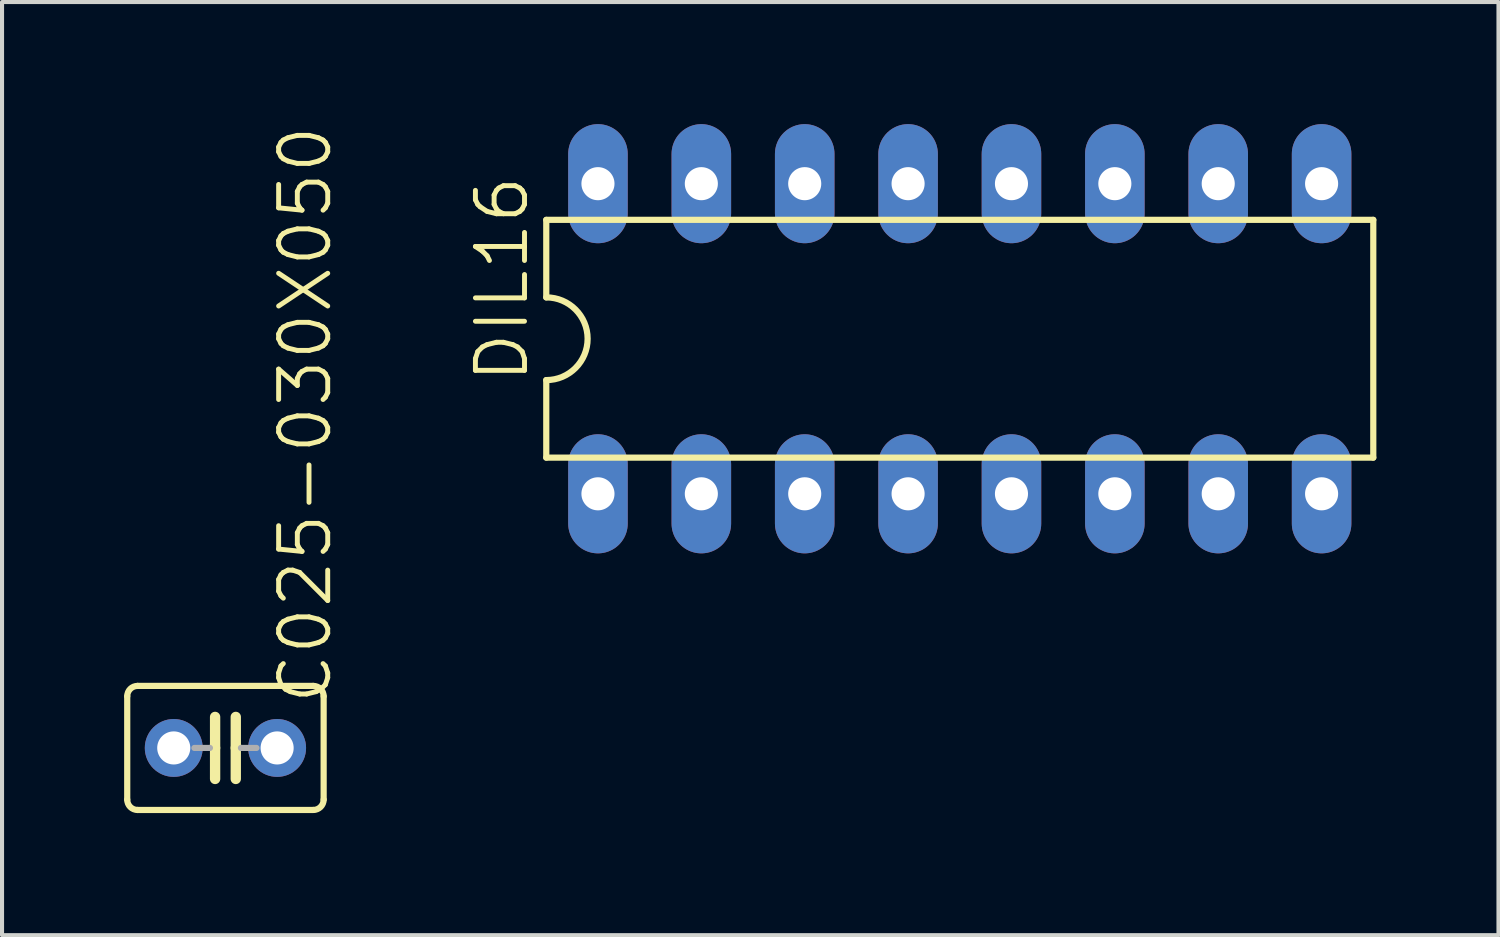
<source format=kicad_pcb>
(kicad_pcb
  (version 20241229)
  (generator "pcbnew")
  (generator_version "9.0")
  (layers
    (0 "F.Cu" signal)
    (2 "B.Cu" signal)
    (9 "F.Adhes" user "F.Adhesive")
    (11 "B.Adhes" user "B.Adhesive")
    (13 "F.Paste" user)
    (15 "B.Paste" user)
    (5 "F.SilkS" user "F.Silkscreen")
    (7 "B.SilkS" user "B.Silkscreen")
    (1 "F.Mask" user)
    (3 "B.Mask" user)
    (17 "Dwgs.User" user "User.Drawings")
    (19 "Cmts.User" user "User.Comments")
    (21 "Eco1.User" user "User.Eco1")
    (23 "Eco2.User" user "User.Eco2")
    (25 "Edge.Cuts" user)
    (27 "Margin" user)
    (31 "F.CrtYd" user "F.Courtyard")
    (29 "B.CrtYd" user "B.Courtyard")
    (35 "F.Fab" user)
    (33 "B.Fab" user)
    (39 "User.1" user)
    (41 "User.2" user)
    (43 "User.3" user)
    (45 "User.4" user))
  (footprint "DIL16"
    (layer "F.Cu")
    (at 20.532 5.273)
    (property "Reference" "DIL16" (at -10.541 1.143 90) (layer "F.SilkS") (effects (font (size 1.206 1.206) (thickness 0.121)) (justify left bottom)))
    (attr through_hole)
    (fp_line (start -10.16 -2.921) (end -10.16 -1.016) (stroke (width 0.152) (type solid)) (layer "F.SilkS"))
    (fp_line (start -10.16 2.921) (end -10.16 1.016) (stroke (width 0.152) (type solid)) (layer "F.SilkS"))
    (fp_line (start -10.16 2.921) (end 10.16 2.921) (stroke (width 0.152) (type solid)) (layer "F.SilkS"))
    (fp_line (start 10.16 -2.921) (end -10.16 -2.921) (stroke (width 0.152) (type solid)) (layer "F.SilkS"))
    (fp_line (start 10.16 -2.921) (end 10.16 2.921) (stroke (width 0.152) (type solid)) (layer "F.SilkS"))
    (fp_arc (start -10.16 -1.016) (mid -9.144 0) (end -10.16 1.016) (stroke (width 0.1524) (type solid)) (layer "F.SilkS"))
    (pad "1" thru_hole oval (at -8.89 3.81 90) (size 2.926 1.463) (drill 0.813) (layers "*.Cu" "*.Mask"))
    (pad "2" thru_hole oval (at -6.35 3.81 90) (size 2.926 1.463) (drill 0.813) (layers "*.Cu" "*.Mask"))
    (pad "3" thru_hole oval (at -3.81 3.81 90) (size 2.926 1.463) (drill 0.813) (layers "*.Cu" "*.Mask"))
    (pad "4" thru_hole oval (at -1.27 3.81 90) (size 2.926 1.463) (drill 0.813) (layers "*.Cu" "*.Mask"))
    (pad "5" thru_hole oval (at 1.27 3.81 90) (size 2.926 1.463) (drill 0.813) (layers "*.Cu" "*.Mask"))
    (pad "6" thru_hole oval (at 3.81 3.81 90) (size 2.926 1.463) (drill 0.813) (layers "*.Cu" "*.Mask"))
    (pad "7" thru_hole oval (at 6.35 3.81 90) (size 2.926 1.463) (drill 0.813) (layers "*.Cu" "*.Mask"))
    (pad "8" thru_hole oval (at 8.89 3.81 90) (size 2.926 1.463) (drill 0.813) (layers "*.Cu" "*.Mask"))
    (pad "9" thru_hole oval (at 8.89 -3.81 90) (size 2.926 1.463) (drill 0.813) (layers "*.Cu" "*.Mask"))
    (pad "10" thru_hole oval (at 6.35 -3.81 90) (size 2.926 1.463) (drill 0.813) (layers "*.Cu" "*.Mask"))
    (pad "11" thru_hole oval (at 3.81 -3.81 90) (size 2.926 1.463) (drill 0.813) (layers "*.Cu" "*.Mask"))
    (pad "12" thru_hole oval (at 1.27 -3.81 90) (size 2.926 1.463) (drill 0.813) (layers "*.Cu" "*.Mask"))
    (pad "13" thru_hole oval (at -1.27 -3.81 90) (size 2.926 1.463) (drill 0.813) (layers "*.Cu" "*.Mask"))
    (pad "14" thru_hole oval (at -3.81 -3.81 90) (size 2.926 1.463) (drill 0.813) (layers "*.Cu" "*.Mask"))
    (pad "15" thru_hole oval (at -6.35 -3.81 90) (size 2.926 1.463) (drill 0.813) (layers "*.Cu" "*.Mask"))
    (pad "16" thru_hole oval (at -8.89 -3.81 90) (size 2.926 1.463) (drill 0.813) (layers "*.Cu" "*.Mask")))
  (footprint "C025-030X050"
    (layer "F.Cu")
    (at 2.489 15.327)
    (property "Reference" "C025-030X050" (at 2.667 -1.016 270) (layer "F.SilkS") (effects (font (size 1.206 1.206) (thickness 0.121)) (justify left bottom)))
    (attr through_hole)
    (fp_line (start -2.413 -1.27) (end -2.413 1.27) (stroke (width 0.152) (type solid)) (layer "F.SilkS"))
    (fp_line (start -2.159 -1.524) (end 2.159 -1.524) (stroke (width 0.152) (type solid)) (layer "F.SilkS"))
    (fp_line (start -0.254 -0.762) (end -0.254 0) (stroke (width 0.254) (type solid)) (layer "F.SilkS"))
    (fp_line (start -0.254 0) (end -0.381 0) (stroke (width 0.152) (type solid)) (layer "F.SilkS"))
    (fp_line (start -0.254 0) (end -0.254 0.762) (stroke (width 0.254) (type solid)) (layer "F.SilkS"))
    (fp_line (start 0.254 0) (end 0.254 -0.762) (stroke (width 0.254) (type solid)) (layer "F.SilkS"))
    (fp_line (start 0.254 0) (end 0.254 0.762) (stroke (width 0.254) (type solid)) (layer "F.SilkS"))
    (fp_line (start 0.381 0) (end 0.254 0) (stroke (width 0.152) (type solid)) (layer "F.SilkS"))
    (fp_line (start 2.159 1.524) (end -2.159 1.524) (stroke (width 0.152) (type solid)) (layer "F.SilkS"))
    (fp_line (start 2.413 -1.27) (end 2.413 1.27) (stroke (width 0.152) (type solid)) (layer "F.SilkS"))
    (fp_arc (start -2.413 -1.27) (mid -2.338605 -1.449605) (end -2.159 -1.524) (stroke (width 0.1524) (type solid)) (layer "F.SilkS"))
    (fp_arc (start -2.159 1.524) (mid -2.338605 1.449605) (end -2.413 1.27) (stroke (width 0.1524) (type solid)) (layer "F.SilkS"))
    (fp_arc (start 2.159 -1.524) (mid 2.338605 -1.449605) (end 2.413 -1.27) (stroke (width 0.1524) (type solid)) (layer "F.SilkS"))
    (fp_arc (start 2.413 1.27) (mid 2.338605 1.449605) (end 2.159 1.524) (stroke (width 0.1524) (type solid)) (layer "F.SilkS"))
    (fp_line (start -0.381 0) (end -0.762 0) (stroke (width 0.152) (type solid)) (layer "F.Fab"))
    (fp_line (start 0.762 0) (end 0.381 0) (stroke (width 0.152) (type solid)) (layer "F.Fab"))
    (pad "1" thru_hole circle (at -1.27 0) (size 1.422 1.422) (drill 0.813) (layers "*.Cu" "*.Mask"))
    (pad "2" thru_hole circle (at 1.27 0) (size 1.422 1.422) (drill 0.813) (layers "*.Cu" "*.Mask")))
  (gr_rect
    (start -3 -3)
    (end 33.768 19.928)
    (stroke (width 0.1) (type default))
    (fill no)
    (layer "Edge.Cuts")))
</source>
